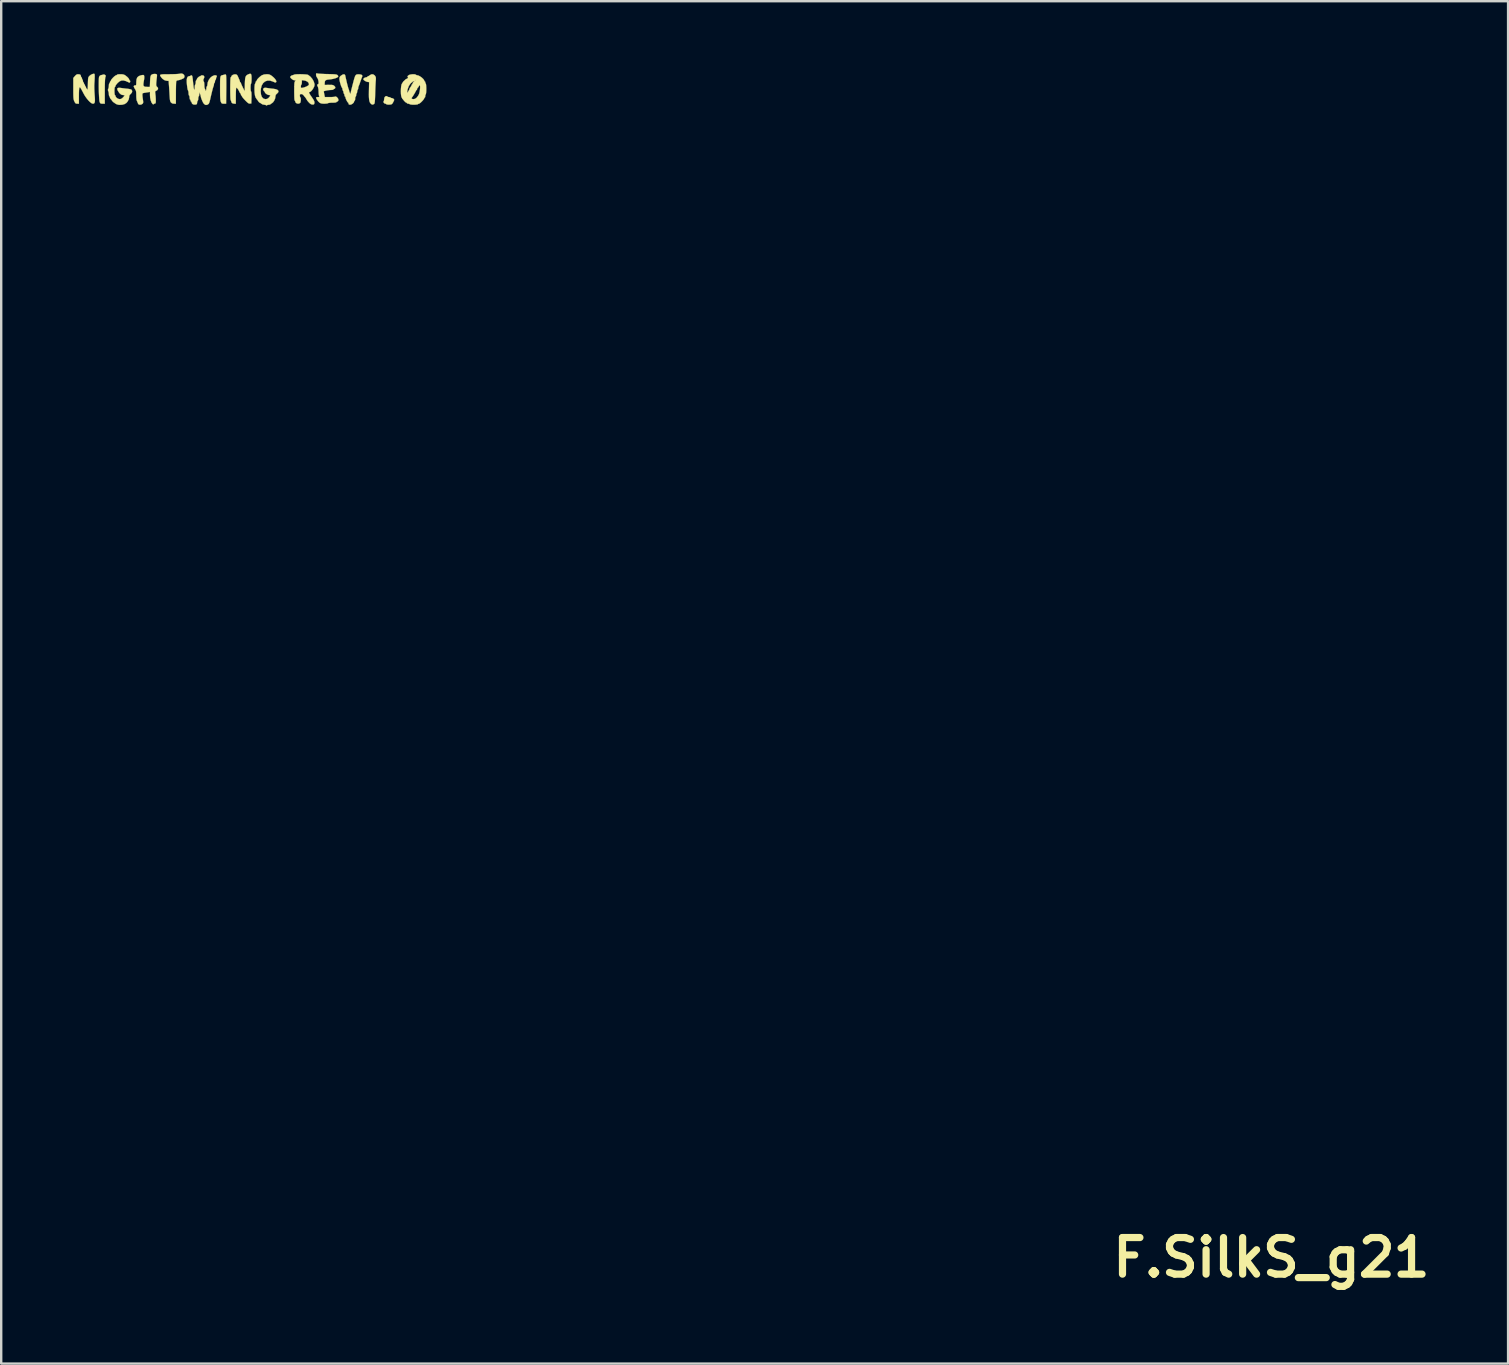
<source format=kicad_pcb>
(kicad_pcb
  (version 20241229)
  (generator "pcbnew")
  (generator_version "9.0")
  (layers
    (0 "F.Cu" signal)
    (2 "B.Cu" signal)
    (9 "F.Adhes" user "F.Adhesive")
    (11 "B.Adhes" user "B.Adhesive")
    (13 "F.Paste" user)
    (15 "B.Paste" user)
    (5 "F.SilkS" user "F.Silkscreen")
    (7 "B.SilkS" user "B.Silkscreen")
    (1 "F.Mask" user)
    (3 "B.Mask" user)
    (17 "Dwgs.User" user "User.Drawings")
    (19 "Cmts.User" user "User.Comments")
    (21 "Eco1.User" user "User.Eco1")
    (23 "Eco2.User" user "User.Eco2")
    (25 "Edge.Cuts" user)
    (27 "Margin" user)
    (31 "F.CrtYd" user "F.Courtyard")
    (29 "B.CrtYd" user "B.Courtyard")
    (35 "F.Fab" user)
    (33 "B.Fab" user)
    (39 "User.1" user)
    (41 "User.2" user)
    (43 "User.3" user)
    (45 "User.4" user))
  (footprint "F.SilkS_g21"
    (layer "F.Cu")
    (at 49.937 49.362)
    (property "Reference" "F.SilkS_g21" (at 0 0 0) (layer "F.SilkS") (effects (font (size 1.524 1.524) (thickness 0.3))))
    (attr through_hole)
    (fp_poly (pts (xy -48.642 -49.305) (xy -48.609 -49.289) (xy -48.582 -49.262) (xy -48.584 -49.229) (xy -48.594 -49.203) (xy -48.603 -49.165) (xy -48.61 -49.094) (xy -48.615 -48.988) (xy -48.619 -48.845) (xy -48.62 -48.662) (xy -48.62 -48.619) (xy -48.62 -48.091) (xy -48.713 -48.091) (xy -48.773 -48.094) (xy -48.806 -48.109) (xy -48.827 -48.145) (xy -48.833 -48.159) (xy -48.843 -48.204) (xy -48.851 -48.282) (xy -48.858 -48.386) (xy -48.864 -48.509) (xy -48.868 -48.642) (xy -48.871 -48.778) (xy -48.871 -48.909) (xy -48.87 -49.026) (xy -48.867 -49.122) (xy -48.861 -49.19) (xy -48.856 -49.215) (xy -48.817 -49.265) (xy -48.775 -49.281) (xy -48.719 -49.293) (xy -48.683 -49.305) (xy -48.642 -49.305)) (stroke (width 0.01) (type solid)) (fill yes) (layer "F.SilkS"))
    (fp_poly (pts (xy -43.572 -49.302) (xy -43.565 -49.276) (xy -43.56 -49.209) (xy -43.557 -49.104) (xy -43.556 -48.961) (xy -43.556 -48.784) (xy -43.557 -48.689) (xy -43.564 -48.091) (xy -43.658 -48.091) (xy -43.717 -48.094) (xy -43.751 -48.109) (xy -43.774 -48.147) (xy -43.783 -48.167) (xy -43.794 -48.202) (xy -43.802 -48.25) (xy -43.808 -48.318) (xy -43.812 -48.41) (xy -43.814 -48.533) (xy -43.815 -48.691) (xy -43.815 -48.736) (xy -43.815 -48.898) (xy -43.814 -49.023) (xy -43.811 -49.116) (xy -43.804 -49.181) (xy -43.794 -49.225) (xy -43.779 -49.252) (xy -43.758 -49.268) (xy -43.73 -49.277) (xy -43.709 -49.281) (xy -43.655 -49.295) (xy -43.624 -49.305) (xy -43.585 -49.308) (xy -43.572 -49.302)) (stroke (width 0.01) (type solid)) (fill yes) (layer "F.SilkS"))
    (fp_poly (pts (xy -36.849 -48.396) (xy -36.841 -48.387) (xy -36.811 -48.37) (xy -36.777 -48.366) (xy -36.733 -48.358) (xy -36.714 -48.345) (xy -36.684 -48.327) (xy -36.658 -48.324) (xy -36.609 -48.309) (xy -36.581 -48.289) (xy -36.563 -48.266) (xy -36.561 -48.239) (xy -36.578 -48.197) (xy -36.598 -48.157) (xy -36.631 -48.099) (xy -36.661 -48.07) (xy -36.703 -48.057) (xy -36.759 -48.053) (xy -36.824 -48.053) (xy -36.87 -48.061) (xy -36.882 -48.068) (xy -36.913 -48.088) (xy -36.932 -48.091) (xy -36.967 -48.104) (xy -36.995 -48.135) (xy -37.008 -48.168) (xy -36.999 -48.186) (xy -36.985 -48.214) (xy -36.978 -48.265) (xy -36.978 -48.273) (xy -36.965 -48.346) (xy -36.93 -48.393) (xy -36.886 -48.408) (xy -36.849 -48.396)) (stroke (width 0.01) (type solid)) (fill yes) (layer "F.SilkS"))
    (fp_poly (pts (xy -37.438 -49.314) (xy -37.375 -49.274) (xy -37.359 -49.254) (xy -37.333 -49.212) (xy -37.322 -49.167) (xy -37.322 -49.105) (xy -37.326 -49.058) (xy -37.331 -48.995) (xy -37.336 -48.898) (xy -37.342 -48.779) (xy -37.347 -48.645) (xy -37.351 -48.515) (xy -37.355 -48.37) (xy -37.36 -48.262) (xy -37.366 -48.184) (xy -37.373 -48.132) (xy -37.381 -48.1) (xy -37.393 -48.081) (xy -37.398 -48.077) (xy -37.452 -48.052) (xy -37.504 -48.066) (xy -37.543 -48.102) (xy -37.57 -48.141) (xy -37.59 -48.193) (xy -37.603 -48.264) (xy -37.611 -48.358) (xy -37.613 -48.483) (xy -37.611 -48.642) (xy -37.61 -48.668) (xy -37.603 -48.99) (xy -37.665 -48.997) (xy -37.722 -49.013) (xy -37.78 -49.043) (xy -37.826 -49.078) (xy -37.846 -49.109) (xy -37.846 -49.111) (xy -37.828 -49.145) (xy -37.784 -49.175) (xy -37.731 -49.19) (xy -37.724 -49.191) (xy -37.687 -49.199) (xy -37.677 -49.212) (xy -37.66 -49.232) (xy -37.649 -49.234) (xy -37.614 -49.247) (xy -37.576 -49.276) (xy -37.508 -49.314) (xy -37.438 -49.314)) (stroke (width 0.01) (type solid)) (fill yes) (layer "F.SilkS"))
    (fp_poly (pts (xy -45.362 -49.33) (xy -45.315 -49.289) (xy -45.297 -49.233) (xy -45.313 -49.173) (xy -45.344 -49.145) (xy -45.419 -49.11) (xy -45.5 -49.081) (xy -45.569 -49.066) (xy -45.585 -49.065) (xy -45.628 -49.046) (xy -45.643 -49.017) (xy -45.647 -48.982) (xy -45.65 -48.912) (xy -45.653 -48.813) (xy -45.655 -48.694) (xy -45.656 -48.561) (xy -45.656 -48.53) (xy -45.657 -48.091) (xy -45.737 -48.091) (xy -45.81 -48.102) (xy -45.862 -48.141) (xy -45.881 -48.17) (xy -45.896 -48.21) (xy -45.906 -48.269) (xy -45.913 -48.356) (xy -45.918 -48.432) (xy -45.925 -48.554) (xy -45.933 -48.684) (xy -45.941 -48.803) (xy -45.945 -48.858) (xy -45.958 -49.043) (xy -46.02 -49.043) (xy -46.116 -49.063) (xy -46.206 -49.121) (xy -46.259 -49.177) (xy -46.293 -49.225) (xy -46.313 -49.26) (xy -46.313 -49.285) (xy -46.29 -49.302) (xy -46.239 -49.312) (xy -46.157 -49.317) (xy -46.04 -49.318) (xy -45.933 -49.318) (xy -45.805 -49.32) (xy -45.688 -49.323) (xy -45.592 -49.328) (xy -45.524 -49.334) (xy -45.496 -49.34) (xy -45.427 -49.349) (xy -45.362 -49.33)) (stroke (width 0.01) (type solid)) (fill yes) (layer "F.SilkS"))
    (fp_poly (pts (xy -49.051 -49.333) (xy -49.049 -49.331) (xy -49.042 -49.301) (xy -49.04 -49.231) (xy -49.043 -49.126) (xy -49.051 -48.988) (xy -49.055 -48.927) (xy -49.058 -48.839) (xy -49.057 -48.723) (xy -49.052 -48.596) (xy -49.044 -48.47) (xy -49.044 -48.467) (xy -49.034 -48.331) (xy -49.031 -48.232) (xy -49.036 -48.164) (xy -49.05 -48.121) (xy -49.075 -48.098) (xy -49.111 -48.091) (xy -49.12 -48.091) (xy -49.169 -48.108) (xy -49.232 -48.155) (xy -49.303 -48.226) (xy -49.375 -48.313) (xy -49.443 -48.409) (xy -49.494 -48.497) (xy -49.552 -48.608) (xy -49.594 -48.686) (xy -49.623 -48.736) (xy -49.643 -48.763) (xy -49.658 -48.772) (xy -49.67 -48.767) (xy -49.675 -48.763) (xy -49.686 -48.729) (xy -49.694 -48.653) (xy -49.698 -48.535) (xy -49.699 -48.415) (xy -49.699 -48.091) (xy -49.771 -48.091) (xy -49.817 -48.095) (xy -49.847 -48.115) (xy -49.875 -48.16) (xy -49.888 -48.186) (xy -49.903 -48.221) (xy -49.914 -48.258) (xy -49.922 -48.303) (xy -49.927 -48.363) (xy -49.93 -48.444) (xy -49.932 -48.554) (xy -49.932 -48.698) (xy -49.932 -48.721) (xy -49.932 -49.161) (xy -49.867 -49.239) (xy -49.812 -49.295) (xy -49.76 -49.317) (xy -49.742 -49.318) (xy -49.667 -49.311) (xy -49.626 -49.285) (xy -49.615 -49.242) (xy -49.607 -49.203) (xy -49.593 -49.191) (xy -49.576 -49.174) (xy -49.572 -49.15) (xy -49.563 -49.11) (xy -49.551 -49.096) (xy -49.535 -49.067) (xy -49.53 -49.031) (xy -49.523 -48.992) (xy -49.509 -48.98) (xy -49.492 -48.962) (xy -49.488 -48.937) (xy -49.479 -48.903) (xy -49.467 -48.895) (xy -49.449 -48.877) (xy -49.445 -48.853) (xy -49.436 -48.818) (xy -49.424 -48.81) (xy -49.407 -48.793) (xy -49.403 -48.768) (xy -49.395 -48.734) (xy -49.384 -48.726) (xy -49.363 -48.708) (xy -49.348 -48.678) (xy -49.34 -48.676) (xy -49.333 -48.715) (xy -49.328 -48.793) (xy -49.324 -48.908) (xy -49.324 -48.91) (xy -49.321 -49.023) (xy -49.317 -49.103) (xy -49.311 -49.156) (xy -49.301 -49.192) (xy -49.285 -49.219) (xy -49.262 -49.245) (xy -49.254 -49.252) (xy -49.202 -49.293) (xy -49.142 -49.323) (xy -49.087 -49.338) (xy -49.051 -49.333)) (stroke (width 0.01) (type solid)) (fill yes) (layer "F.SilkS"))
    (fp_poly (pts (xy -38.608 -49.289) (xy -38.598 -49.26) (xy -38.58 -49.175) (xy -38.558 -49.077) (xy -38.534 -48.974) (xy -38.51 -48.876) (xy -38.487 -48.791) (xy -38.469 -48.728) (xy -38.457 -48.696) (xy -38.456 -48.695) (xy -38.441 -48.657) (xy -38.439 -48.639) (xy -38.429 -48.595) (xy -38.409 -48.547) (xy -38.38 -48.491) (xy -38.37 -48.55) (xy -38.359 -48.602) (xy -38.339 -48.688) (xy -38.31 -48.801) (xy -38.276 -48.934) (xy -38.245 -49.054) (xy -38.214 -49.163) (xy -38.187 -49.238) (xy -38.159 -49.284) (xy -38.123 -49.307) (xy -38.075 -49.315) (xy -38.017 -49.314) (xy -37.937 -49.303) (xy -37.895 -49.278) (xy -37.887 -49.235) (xy -37.906 -49.183) (xy -37.924 -49.14) (xy -37.948 -49.072) (xy -37.973 -49.001) (xy -37.998 -48.925) (xy -38.022 -48.862) (xy -38.038 -48.826) (xy -38.054 -48.776) (xy -38.058 -48.738) (xy -38.065 -48.693) (xy -38.079 -48.673) (xy -38.094 -48.644) (xy -38.1 -48.599) (xy -38.107 -48.55) (xy -38.121 -48.525) (xy -38.136 -48.496) (xy -38.142 -48.449) (xy -38.149 -48.405) (xy -38.163 -48.387) (xy -38.177 -48.368) (xy -38.184 -48.321) (xy -38.185 -48.302) (xy -38.189 -48.249) (xy -38.201 -48.22) (xy -38.206 -48.218) (xy -38.224 -48.2) (xy -38.227 -48.185) (xy -38.245 -48.137) (xy -38.291 -48.091) (xy -38.349 -48.058) (xy -38.395 -48.048) (xy -38.442 -48.055) (xy -38.459 -48.079) (xy -38.46 -48.091) (xy -38.467 -48.125) (xy -38.477 -48.133) (xy -38.498 -48.151) (xy -38.526 -48.194) (xy -38.555 -48.251) (xy -38.578 -48.306) (xy -38.587 -48.347) (xy -38.596 -48.38) (xy -38.608 -48.387) (xy -38.624 -48.405) (xy -38.629 -48.439) (xy -38.637 -48.483) (xy -38.65 -48.503) (xy -38.667 -48.533) (xy -38.672 -48.567) (xy -38.679 -48.611) (xy -38.693 -48.63) (xy -38.709 -48.66) (xy -38.714 -48.693) (xy -38.72 -48.735) (xy -38.73 -48.75) (xy -38.748 -48.776) (xy -38.771 -48.831) (xy -38.795 -48.904) (xy -38.817 -48.984) (xy -38.833 -49.059) (xy -38.841 -49.118) (xy -38.841 -49.124) (xy -38.835 -49.186) (xy -38.81 -49.23) (xy -38.77 -49.264) (xy -38.697 -49.308) (xy -38.643 -49.317) (xy -38.608 -49.289)) (stroke (width 0.01) (type solid)) (fill yes) (layer "F.SilkS"))
    (fp_poly (pts (xy -42.538 -49.334) (xy -42.517 -49.305) (xy -42.506 -49.245) (xy -42.503 -49.149) (xy -42.503 -49.13) (xy -42.505 -49.044) (xy -42.511 -48.975) (xy -42.519 -48.934) (xy -42.524 -48.927) (xy -42.535 -48.901) (xy -42.542 -48.848) (xy -42.545 -48.779) (xy -42.544 -48.708) (xy -42.539 -48.647) (xy -42.531 -48.607) (xy -42.523 -48.599) (xy -42.513 -48.578) (xy -42.508 -48.517) (xy -42.506 -48.418) (xy -42.507 -48.35) (xy -42.513 -48.101) (xy -42.572 -48.095) (xy -42.605 -48.096) (xy -42.642 -48.114) (xy -42.689 -48.152) (xy -42.754 -48.216) (xy -42.767 -48.229) (xy -42.828 -48.294) (xy -42.874 -48.35) (xy -42.901 -48.389) (xy -42.905 -48.4) (xy -42.917 -48.427) (xy -42.926 -48.429) (xy -42.943 -48.447) (xy -42.947 -48.472) (xy -42.954 -48.506) (xy -42.963 -48.514) (xy -42.981 -48.531) (xy -43.005 -48.574) (xy -43.009 -48.583) (xy -43.045 -48.656) (xy -43.084 -48.715) (xy -43.118 -48.751) (xy -43.139 -48.756) (xy -43.146 -48.732) (xy -43.152 -48.673) (xy -43.156 -48.587) (xy -43.158 -48.481) (xy -43.159 -48.418) (xy -43.159 -48.091) (xy -43.228 -48.091) (xy -43.284 -48.101) (xy -43.323 -48.122) (xy -43.323 -48.122) (xy -43.346 -48.164) (xy -43.349 -48.184) (xy -43.362 -48.22) (xy -43.37 -48.228) (xy -43.378 -48.254) (xy -43.384 -48.318) (xy -43.388 -48.418) (xy -43.391 -48.551) (xy -43.392 -48.712) (xy -43.392 -48.716) (xy -43.391 -48.884) (xy -43.388 -49.017) (xy -43.384 -49.114) (xy -43.378 -49.173) (xy -43.37 -49.191) (xy -43.35 -49.208) (xy -43.349 -49.215) (xy -43.331 -49.257) (xy -43.283 -49.292) (xy -43.222 -49.312) (xy -43.183 -49.314) (xy -43.139 -49.307) (xy -43.11 -49.29) (xy -43.085 -49.253) (xy -43.055 -49.186) (xy -43.053 -49.181) (xy -43.028 -49.124) (xy -43.008 -49.08) (xy -42.992 -49.033) (xy -42.989 -49.012) (xy -42.978 -48.983) (xy -42.968 -48.98) (xy -42.949 -48.963) (xy -42.947 -48.953) (xy -42.938 -48.923) (xy -42.914 -48.866) (xy -42.88 -48.793) (xy -42.868 -48.768) (xy -42.788 -48.609) (xy -42.783 -48.901) (xy -42.778 -49.034) (xy -42.77 -49.132) (xy -42.755 -49.202) (xy -42.731 -49.25) (xy -42.695 -49.285) (xy -42.644 -49.312) (xy -42.628 -49.319) (xy -42.574 -49.337) (xy -42.538 -49.334)) (stroke (width 0.01) (type solid)) (fill yes) (layer "F.SilkS"))
    (fp_poly (pts (xy -41.798 -49.315) (xy -41.743 -49.3) (xy -41.687 -49.268) (xy -41.647 -49.239) (xy -41.584 -49.185) (xy -41.53 -49.129) (xy -41.506 -49.096) (xy -41.478 -49.047) (xy -41.469 -49.019) (xy -41.475 -48.997) (xy -41.483 -48.985) (xy -41.503 -48.974) (xy -41.542 -48.982) (xy -41.608 -49.011) (xy -41.614 -49.014) (xy -41.734 -49.053) (xy -41.844 -49.053) (xy -41.941 -49.017) (xy -42.021 -48.948) (xy -42.08 -48.848) (xy -42.114 -48.721) (xy -42.122 -48.615) (xy -42.111 -48.479) (xy -42.077 -48.378) (xy -42.022 -48.312) (xy -41.946 -48.283) (xy -41.919 -48.281) (xy -41.855 -48.29) (xy -41.804 -48.323) (xy -41.78 -48.348) (xy -41.736 -48.402) (xy -41.723 -48.434) (xy -41.742 -48.448) (xy -41.778 -48.451) (xy -41.828 -48.463) (xy -41.884 -48.494) (xy -41.93 -48.533) (xy -41.952 -48.57) (xy -41.952 -48.575) (xy -41.963 -48.598) (xy -41.968 -48.599) (xy -41.988 -48.616) (xy -42.008 -48.651) (xy -42.021 -48.695) (xy -42.005 -48.726) (xy -41.997 -48.733) (xy -41.966 -48.75) (xy -41.919 -48.753) (xy -41.846 -48.744) (xy -41.758 -48.731) (xy -41.656 -48.718) (xy -41.593 -48.712) (xy -41.488 -48.694) (xy -41.418 -48.663) (xy -41.383 -48.623) (xy -41.386 -48.575) (xy -41.429 -48.523) (xy -41.444 -48.511) (xy -41.49 -48.465) (xy -41.507 -48.411) (xy -41.508 -48.388) (xy -41.521 -48.308) (xy -41.556 -48.225) (xy -41.604 -48.153) (xy -41.657 -48.108) (xy -41.661 -48.106) (xy -41.702 -48.083) (xy -41.719 -48.064) (xy -41.738 -48.053) (xy -41.779 -48.048) (xy -41.831 -48.041) (xy -41.861 -48.025) (xy -41.887 -48.014) (xy -41.898 -48.025) (xy -41.927 -48.041) (xy -41.979 -48.048) (xy -41.981 -48.048) (xy -42.05 -48.063) (xy -42.096 -48.091) (xy -42.135 -48.121) (xy -42.163 -48.133) (xy -42.188 -48.149) (xy -42.22 -48.188) (xy -42.221 -48.191) (xy -42.256 -48.242) (xy -42.286 -48.278) (xy -42.33 -48.342) (xy -42.36 -48.43) (xy -42.376 -48.547) (xy -42.381 -48.68) (xy -42.379 -48.788) (xy -42.372 -48.868) (xy -42.362 -48.915) (xy -42.357 -48.922) (xy -42.336 -48.963) (xy -42.333 -48.984) (xy -42.324 -49.016) (xy -42.312 -49.022) (xy -42.293 -49.039) (xy -42.291 -49.05) (xy -42.275 -49.087) (xy -42.235 -49.138) (xy -42.178 -49.194) (xy -42.116 -49.245) (xy -42.072 -49.274) (xy -41.98 -49.308) (xy -41.872 -49.318) (xy -41.798 -49.315)) (stroke (width 0.01) (type solid)) (fill yes) (layer "F.SilkS"))
    (fp_poly (pts (xy -46.491 -49.327) (xy -46.459 -49.316) (xy -46.445 -49.296) (xy -46.444 -49.256) (xy -46.449 -49.204) (xy -46.465 -49.069) (xy -46.474 -48.97) (xy -46.478 -48.899) (xy -46.475 -48.852) (xy -46.465 -48.822) (xy -46.449 -48.802) (xy -46.442 -48.797) (xy -46.402 -48.749) (xy -46.401 -48.698) (xy -46.436 -48.653) (xy -46.463 -48.637) (xy -46.5 -48.62) (xy -46.518 -48.599) (xy -46.52 -48.563) (xy -46.512 -48.498) (xy -46.512 -48.493) (xy -46.502 -48.404) (xy -46.496 -48.302) (xy -46.494 -48.239) (xy -46.494 -48.164) (xy -46.5 -48.122) (xy -46.513 -48.102) (xy -46.538 -48.095) (xy -46.54 -48.094) (xy -46.577 -48.081) (xy -46.588 -48.065) (xy -46.601 -48.06) (xy -46.629 -48.079) (xy -46.673 -48.141) (xy -46.708 -48.234) (xy -46.73 -48.346) (xy -46.736 -48.446) (xy -46.736 -48.582) (xy -46.815 -48.568) (xy -46.895 -48.555) (xy -46.974 -48.543) (xy -46.974 -48.543) (xy -47.026 -48.531) (xy -47.049 -48.51) (xy -47.053 -48.467) (xy -47.053 -48.464) (xy -47.05 -48.407) (xy -47.041 -48.328) (xy -47.031 -48.263) (xy -47.021 -48.186) (xy -47.02 -48.138) (xy -47.031 -48.107) (xy -47.045 -48.088) (xy -47.096 -48.057) (xy -47.149 -48.048) (xy -47.2 -48.055) (xy -47.229 -48.084) (xy -47.243 -48.117) (xy -47.267 -48.176) (xy -47.288 -48.222) (xy -47.288 -48.223) (xy -47.297 -48.26) (xy -47.304 -48.327) (xy -47.307 -48.412) (xy -47.307 -48.441) (xy -47.309 -48.534) (xy -47.315 -48.598) (xy -47.329 -48.646) (xy -47.353 -48.689) (xy -47.36 -48.7) (xy -47.393 -48.756) (xy -47.412 -48.804) (xy -47.413 -48.815) (xy -47.398 -48.845) (xy -47.36 -48.853) (xy -47.332 -48.855) (xy -47.316 -48.868) (xy -47.309 -48.902) (xy -47.307 -48.965) (xy -47.307 -48.996) (xy -47.297 -49.106) (xy -47.265 -49.186) (xy -47.204 -49.239) (xy -47.111 -49.274) (xy -47.059 -49.284) (xy -47.011 -49.288) (xy -46.987 -49.272) (xy -46.977 -49.242) (xy -46.974 -49.192) (xy -46.979 -49.119) (xy -46.987 -49.07) (xy -47.001 -48.99) (xy -47.01 -48.916) (xy -47.011 -48.883) (xy -47.004 -48.837) (xy -46.978 -48.809) (xy -46.926 -48.794) (xy -46.84 -48.79) (xy -46.828 -48.789) (xy -46.741 -48.789) (xy -46.733 -49.018) (xy -46.727 -49.133) (xy -46.717 -49.213) (xy -46.7 -49.265) (xy -46.672 -49.298) (xy -46.631 -49.318) (xy -46.603 -49.326) (xy -46.538 -49.332) (xy -46.491 -49.327)) (stroke (width 0.01) (type solid)) (fill yes) (layer "F.SilkS"))
    (fp_poly (pts (xy -39.76 -49.35) (xy -39.756 -49.349) (xy -39.716 -49.343) (xy -39.643 -49.337) (xy -39.543 -49.332) (xy -39.425 -49.327) (xy -39.325 -49.325) (xy -39.189 -49.321) (xy -39.089 -49.318) (xy -39.019 -49.313) (xy -38.972 -49.306) (xy -38.942 -49.296) (xy -38.922 -49.283) (xy -38.914 -49.275) (xy -38.89 -49.239) (xy -38.899 -49.209) (xy -38.903 -49.204) (xy -38.944 -49.176) (xy -39.017 -49.148) (xy -39.108 -49.124) (xy -39.208 -49.107) (xy -39.268 -49.101) (xy -39.36 -49.089) (xy -39.417 -49.065) (xy -39.446 -49.023) (xy -39.455 -48.957) (xy -39.455 -48.955) (xy -39.455 -48.871) (xy -39.286 -48.876) (xy -39.193 -48.876) (xy -39.131 -48.87) (xy -39.088 -48.856) (xy -39.063 -48.84) (xy -39.022 -48.795) (xy -39.012 -48.751) (xy -39.034 -48.718) (xy -39.053 -48.711) (xy -39.087 -48.694) (xy -39.095 -48.681) (xy -39.114 -48.67) (xy -39.163 -48.664) (xy -39.204 -48.662) (xy -39.273 -48.658) (xy -39.354 -48.646) (xy -39.429 -48.63) (xy -39.482 -48.614) (xy -39.492 -48.609) (xy -39.491 -48.588) (xy -39.483 -48.538) (xy -39.473 -48.486) (xy -39.449 -48.366) (xy -39.244 -48.366) (xy -39.154 -48.368) (xy -39.08 -48.373) (xy -39.031 -48.381) (xy -39.019 -48.386) (xy -38.988 -48.389) (xy -38.941 -48.358) (xy -38.899 -48.306) (xy -38.882 -48.251) (xy -38.892 -48.206) (xy -38.925 -48.181) (xy -38.96 -48.165) (xy -38.968 -48.152) (xy -38.987 -48.143) (xy -39.039 -48.136) (xy -39.113 -48.133) (xy -39.136 -48.133) (xy -39.216 -48.131) (xy -39.28 -48.124) (xy -39.314 -48.114) (xy -39.317 -48.112) (xy -39.343 -48.101) (xy -39.4 -48.094) (xy -39.472 -48.091) (xy -39.556 -48.094) (xy -39.612 -48.105) (xy -39.658 -48.127) (xy -39.681 -48.144) (xy -39.731 -48.194) (xy -39.776 -48.256) (xy -39.807 -48.316) (xy -39.815 -48.348) (xy -39.796 -48.36) (xy -39.75 -48.366) (xy -39.74 -48.366) (xy -39.691 -48.368) (xy -39.677 -48.38) (xy -39.687 -48.407) (xy -39.698 -48.448) (xy -39.706 -48.517) (xy -39.709 -48.592) (xy -39.714 -48.689) (xy -39.729 -48.767) (xy -39.741 -48.797) (xy -39.767 -48.855) (xy -39.768 -48.885) (xy -39.744 -48.895) (xy -39.738 -48.895) (xy -39.716 -48.913) (xy -39.708 -48.959) (xy -39.712 -49.02) (xy -39.726 -49.086) (xy -39.749 -49.144) (xy -39.768 -49.171) (xy -39.807 -49.241) (xy -39.815 -49.293) (xy -39.812 -49.341) (xy -39.797 -49.357) (xy -39.76 -49.35)) (stroke (width 0.01) (type solid)) (fill yes) (layer "F.SilkS"))
    (fp_poly (pts (xy -40.361 -49.316) (xy -40.27 -49.311) (xy -40.197 -49.304) (xy -40.152 -49.294) (xy -40.148 -49.292) (xy -40.056 -49.223) (xy -39.976 -49.131) (xy -39.916 -49.026) (xy -39.882 -48.922) (xy -39.878 -48.875) (xy -39.89 -48.815) (xy -39.923 -48.744) (xy -39.967 -48.675) (xy -40.017 -48.617) (xy -40.063 -48.583) (xy -40.083 -48.578) (xy -40.104 -48.571) (xy -40.107 -48.549) (xy -40.088 -48.507) (xy -40.046 -48.439) (xy -39.993 -48.362) (xy -39.935 -48.276) (xy -39.9 -48.213) (xy -39.884 -48.166) (xy -39.882 -48.127) (xy -39.893 -48.078) (xy -39.922 -48.057) (xy -39.941 -48.054) (xy -40.001 -48.061) (xy -40.036 -48.076) (xy -40.076 -48.105) (xy -40.123 -48.152) (xy -40.171 -48.208) (xy -40.195 -48.243) (xy -40.217 -48.282) (xy -40.249 -48.333) (xy -40.274 -48.363) (xy -40.309 -48.404) (xy -40.337 -48.443) (xy -40.387 -48.485) (xy -40.431 -48.493) (xy -40.474 -48.487) (xy -40.49 -48.461) (xy -40.492 -48.431) (xy -40.485 -48.382) (xy -40.471 -48.355) (xy -40.455 -48.325) (xy -40.45 -48.27) (xy -40.453 -48.206) (xy -40.464 -48.15) (xy -40.48 -48.121) (xy -40.53 -48.094) (xy -40.59 -48.094) (xy -40.643 -48.116) (xy -40.677 -48.157) (xy -40.682 -48.184) (xy -40.693 -48.214) (xy -40.703 -48.218) (xy -40.712 -48.238) (xy -40.718 -48.299) (xy -40.722 -48.395) (xy -40.724 -48.526) (xy -40.725 -48.602) (xy -40.724 -48.742) (xy -40.723 -48.806) (xy -40.45 -48.806) (xy -40.447 -48.764) (xy -40.43 -48.748) (xy -40.386 -48.752) (xy -40.374 -48.754) (xy -40.307 -48.771) (xy -40.23 -48.8) (xy -40.204 -48.811) (xy -40.142 -48.847) (xy -40.114 -48.882) (xy -40.111 -48.904) (xy -40.13 -48.963) (xy -40.183 -49.014) (xy -40.26 -49.049) (xy -40.311 -49.059) (xy -40.407 -49.07) (xy -40.407 -48.984) (xy -40.412 -48.926) (xy -40.424 -48.889) (xy -40.428 -48.884) (xy -40.443 -48.856) (xy -40.45 -48.806) (xy -40.723 -48.806) (xy -40.722 -48.846) (xy -40.719 -48.92) (xy -40.713 -48.97) (xy -40.704 -49.003) (xy -40.692 -49.023) (xy -40.69 -49.026) (xy -40.668 -49.054) (xy -40.679 -49.063) (xy -40.71 -49.064) (xy -40.764 -49.079) (xy -40.825 -49.117) (xy -40.835 -49.127) (xy -40.878 -49.169) (xy -40.891 -49.2) (xy -40.881 -49.227) (xy -40.843 -49.26) (xy -40.807 -49.273) (xy -40.759 -49.286) (xy -40.736 -49.299) (xy -40.705 -49.308) (xy -40.642 -49.315) (xy -40.557 -49.318) (xy -40.46 -49.319) (xy -40.361 -49.316)) (stroke (width 0.01) (type solid)) (fill yes) (layer "F.SilkS"))
    (fp_poly (pts (xy -47.884 -49.315) (xy -47.822 -49.301) (xy -47.771 -49.275) (xy -47.766 -49.271) (xy -47.683 -49.206) (xy -47.627 -49.147) (xy -47.604 -49.102) (xy -47.604 -49.097) (xy -47.593 -49.068) (xy -47.583 -49.064) (xy -47.566 -49.047) (xy -47.562 -49.011) (xy -47.571 -48.978) (xy -47.574 -48.974) (xy -47.601 -48.971) (xy -47.622 -48.979) (xy -47.745 -49.035) (xy -47.846 -49.06) (xy -47.933 -49.054) (xy -48.012 -49.016) (xy -48.083 -48.955) (xy -48.132 -48.9) (xy -48.165 -48.852) (xy -48.174 -48.826) (xy -48.185 -48.795) (xy -48.197 -48.789) (xy -48.207 -48.769) (xy -48.214 -48.715) (xy -48.218 -48.635) (xy -48.218 -48.62) (xy -48.215 -48.536) (xy -48.208 -48.477) (xy -48.198 -48.451) (xy -48.197 -48.45) (xy -48.178 -48.433) (xy -48.175 -48.418) (xy -48.157 -48.368) (xy -48.11 -48.322) (xy -48.049 -48.29) (xy -48 -48.281) (xy -47.945 -48.289) (xy -47.894 -48.319) (xy -47.837 -48.376) (xy -47.821 -48.396) (xy -47.798 -48.43) (xy -47.807 -48.446) (xy -47.852 -48.45) (xy -47.864 -48.45) (xy -47.94 -48.471) (xy -48.011 -48.532) (xy -48.076 -48.631) (xy -48.08 -48.638) (xy -48.101 -48.697) (xy -48.094 -48.734) (xy -48.053 -48.751) (xy -47.977 -48.75) (xy -47.932 -48.744) (xy -47.836 -48.731) (xy -47.729 -48.718) (xy -47.668 -48.712) (xy -47.593 -48.701) (xy -47.533 -48.686) (xy -47.504 -48.672) (xy -47.478 -48.619) (xy -47.488 -48.559) (xy -47.533 -48.502) (xy -47.541 -48.496) (xy -47.585 -48.451) (xy -47.602 -48.398) (xy -47.604 -48.361) (xy -47.622 -48.269) (xy -47.673 -48.176) (xy -47.72 -48.122) (xy -47.795 -48.075) (xy -47.895 -48.047) (xy -48.008 -48.042) (xy -48.053 -48.047) (xy -48.117 -48.063) (xy -48.167 -48.088) (xy -48.171 -48.091) (xy -48.221 -48.127) (xy -48.25 -48.145) (xy -48.293 -48.183) (xy -48.312 -48.208) (xy -48.346 -48.257) (xy -48.371 -48.283) (xy -48.4 -48.324) (xy -48.408 -48.351) (xy -48.42 -48.388) (xy -48.429 -48.398) (xy -48.443 -48.425) (xy -48.45 -48.478) (xy -48.45 -48.494) (xy -48.457 -48.56) (xy -48.473 -48.614) (xy -48.477 -48.62) (xy -48.492 -48.663) (xy -48.477 -48.704) (xy -48.46 -48.751) (xy -48.451 -48.818) (xy -48.45 -48.842) (xy -48.446 -48.899) (xy -48.436 -48.933) (xy -48.429 -48.937) (xy -48.412 -48.955) (xy -48.408 -48.98) (xy -48.399 -49.014) (xy -48.387 -49.022) (xy -48.368 -49.039) (xy -48.366 -49.054) (xy -48.351 -49.088) (xy -48.313 -49.136) (xy -48.262 -49.19) (xy -48.209 -49.238) (xy -48.164 -49.269) (xy -48.144 -49.276) (xy -48.116 -49.287) (xy -48.112 -49.297) (xy -48.092 -49.308) (xy -48.041 -49.316) (xy -47.972 -49.318) (xy -47.884 -49.315)) (stroke (width 0.01) (type solid)) (fill yes) (layer "F.SilkS"))
    (fp_poly (pts (xy -35.689 -49.313) (xy -35.656 -49.298) (xy -35.655 -49.297) (xy -35.625 -49.279) (xy -35.602 -49.276) (xy -35.547 -49.263) (xy -35.48 -49.228) (xy -35.411 -49.18) (xy -35.353 -49.126) (xy -35.315 -49.077) (xy -35.306 -49.048) (xy -35.293 -49.024) (xy -35.285 -49.022) (xy -35.267 -49.004) (xy -35.264 -48.981) (xy -35.254 -48.94) (xy -35.242 -48.927) (xy -35.233 -48.901) (xy -35.226 -48.842) (xy -35.222 -48.76) (xy -35.221 -48.705) (xy -35.223 -48.613) (xy -35.229 -48.539) (xy -35.237 -48.493) (xy -35.242 -48.482) (xy -35.258 -48.454) (xy -35.264 -48.407) (xy -35.27 -48.363) (xy -35.285 -48.345) (xy -35.304 -48.328) (xy -35.306 -48.316) (xy -35.321 -48.284) (xy -35.358 -48.235) (xy -35.408 -48.181) (xy -35.459 -48.133) (xy -35.503 -48.099) (xy -35.525 -48.091) (xy -35.562 -48.079) (xy -35.571 -48.069) (xy -35.597 -48.059) (xy -35.654 -48.052) (xy -35.729 -48.048) (xy -35.74 -48.048) (xy -35.817 -48.051) (xy -35.877 -48.058) (xy -35.908 -48.068) (xy -35.909 -48.069) (xy -35.938 -48.086) (xy -35.974 -48.091) (xy -36.013 -48.098) (xy -36.026 -48.112) (xy -36.043 -48.131) (xy -36.055 -48.133) (xy -36.084 -48.149) (xy -36.128 -48.191) (xy -36.177 -48.248) (xy -36.223 -48.311) (xy -36.228 -48.319) (xy -35.836 -48.319) (xy -35.82 -48.292) (xy -35.767 -48.281) (xy -35.759 -48.281) (xy -35.695 -48.291) (xy -35.639 -48.327) (xy -35.616 -48.35) (xy -35.566 -48.413) (xy -35.527 -48.483) (xy -35.521 -48.499) (xy -35.501 -48.575) (xy -35.486 -48.664) (xy -35.478 -48.749) (xy -35.479 -48.818) (xy -35.484 -48.846) (xy -35.497 -48.865) (xy -35.512 -48.853) (xy -35.532 -48.815) (xy -35.559 -48.77) (xy -35.581 -48.747) (xy -35.584 -48.747) (xy -35.599 -48.729) (xy -35.602 -48.705) (xy -35.611 -48.67) (xy -35.623 -48.662) (xy -35.644 -48.648) (xy -35.645 -48.644) (xy -35.655 -48.617) (xy -35.682 -48.567) (xy -35.718 -48.504) (xy -35.757 -48.44) (xy -35.791 -48.387) (xy -35.814 -48.357) (xy -35.836 -48.319) (xy -36.228 -48.319) (xy -36.251 -48.359) (xy -36.267 -48.414) (xy -36.277 -48.498) (xy -36.278 -48.53) (xy -36.022 -48.53) (xy -35.971 -48.606) (xy -35.939 -48.659) (xy -35.921 -48.701) (xy -35.92 -48.71) (xy -35.906 -48.745) (xy -35.877 -48.784) (xy -35.846 -48.828) (xy -35.835 -48.862) (xy -35.824 -48.891) (xy -35.814 -48.895) (xy -35.796 -48.912) (xy -35.793 -48.93) (xy -35.778 -48.968) (xy -35.747 -49.004) (xy -35.718 -49.034) (xy -35.722 -49.042) (xy -35.759 -49.026) (xy -35.776 -49.017) (xy -35.873 -48.938) (xy -35.949 -48.828) (xy -35.998 -48.696) (xy -36.011 -48.623) (xy -36.022 -48.53) (xy -36.278 -48.53) (xy -36.28 -48.6) (xy -36.278 -48.705) (xy -36.269 -48.803) (xy -36.255 -48.88) (xy -36.247 -48.904) (xy -36.181 -49.011) (xy -36.112 -49.075) (xy -35.687 -49.075) (xy -35.676 -49.064) (xy -35.666 -49.075) (xy -35.676 -49.086) (xy -35.687 -49.075) (xy -36.112 -49.075) (xy -36.087 -49.098) (xy -36.029 -49.132) (xy -35.987 -49.157) (xy -35.978 -49.176) (xy -35.981 -49.179) (xy -36.004 -49.211) (xy -35.99 -49.25) (xy -35.942 -49.286) (xy -35.888 -49.304) (xy -35.819 -49.315) (xy -35.747 -49.318) (xy -35.689 -49.313)) (stroke (width 0.01) (type solid)) (fill yes) (layer "F.SilkS"))
    (fp_poly (pts (xy -43.969 -49.265) (xy -43.947 -49.24) (xy -43.961 -49.207) (xy -43.961 -49.206) (xy -43.98 -49.168) (xy -43.984 -49.134) (xy -43.992 -49.096) (xy -44.005 -49.086) (xy -44.02 -49.067) (xy -44.027 -49.023) (xy -44.027 -49.022) (xy -44.033 -48.977) (xy -44.048 -48.959) (xy -44.048 -48.959) (xy -44.064 -48.94) (xy -44.069 -48.905) (xy -44.077 -48.848) (xy -44.089 -48.815) (xy -44.103 -48.777) (xy -44.125 -48.702) (xy -44.152 -48.595) (xy -44.185 -48.46) (xy -44.222 -48.301) (xy -44.238 -48.228) (xy -44.257 -48.16) (xy -44.278 -48.105) (xy -44.287 -48.088) (xy -44.337 -48.05) (xy -44.399 -48.037) (xy -44.429 -48.043) (xy -44.467 -48.068) (xy -44.497 -48.097) (xy -44.526 -48.142) (xy -44.559 -48.212) (xy -44.59 -48.29) (xy -44.613 -48.361) (xy -44.62 -48.404) (xy -44.63 -48.448) (xy -44.65 -48.503) (xy -44.679 -48.567) (xy -44.681 -48.489) (xy -44.687 -48.434) (xy -44.701 -48.4) (xy -44.704 -48.398) (xy -44.718 -48.37) (xy -44.725 -48.317) (xy -44.725 -48.301) (xy -44.73 -48.249) (xy -44.741 -48.22) (xy -44.745 -48.218) (xy -44.759 -48.199) (xy -44.77 -48.153) (xy -44.772 -48.138) (xy -44.779 -48.086) (xy -44.8 -48.062) (xy -44.846 -48.053) (xy -44.858 -48.052) (xy -44.932 -48.059) (xy -44.982 -48.091) (xy -45 -48.142) (xy -45.011 -48.171) (xy -45.022 -48.175) (xy -45.039 -48.193) (xy -45.043 -48.218) (xy -45.052 -48.252) (xy -45.064 -48.26) (xy -45.077 -48.279) (xy -45.084 -48.326) (xy -45.085 -48.345) (xy -45.09 -48.398) (xy -45.101 -48.427) (xy -45.106 -48.429) (xy -45.119 -48.448) (xy -45.127 -48.496) (xy -45.127 -48.52) (xy -45.131 -48.581) (xy -45.142 -48.624) (xy -45.146 -48.631) (xy -45.163 -48.671) (xy -45.179 -48.75) (xy -45.194 -48.868) (xy -45.204 -48.986) (xy -45.204 -49.094) (xy -45.187 -49.174) (xy -45.153 -49.222) (xy -45.116 -49.234) (xy -45.073 -49.244) (xy -45.043 -49.259) (xy -45.01 -49.274) (xy -44.987 -49.264) (xy -44.971 -49.226) (xy -44.959 -49.152) (xy -44.954 -49.111) (xy -44.944 -49.008) (xy -44.932 -48.894) (xy -44.924 -48.826) (xy -44.913 -48.742) (xy -44.9 -48.69) (xy -44.888 -48.672) (xy -44.878 -48.691) (xy -44.873 -48.748) (xy -44.873 -48.766) (xy -44.869 -48.829) (xy -44.859 -48.873) (xy -44.852 -48.884) (xy -44.839 -48.912) (xy -44.831 -48.965) (xy -44.831 -48.981) (xy -44.826 -49.033) (xy -44.814 -49.062) (xy -44.81 -49.064) (xy -44.791 -49.082) (xy -44.789 -49.097) (xy -44.773 -49.137) (xy -44.734 -49.183) (xy -44.688 -49.22) (xy -44.652 -49.234) (xy -44.623 -49.245) (xy -44.619 -49.256) (xy -44.601 -49.27) (xy -44.555 -49.272) (xy -44.551 -49.272) (xy -44.5 -49.26) (xy -44.478 -49.23) (xy -44.475 -49.215) (xy -44.478 -49.167) (xy -44.491 -49.142) (xy -44.509 -49.103) (xy -44.512 -49.054) (xy -44.498 -49.016) (xy -44.492 -49.011) (xy -44.481 -48.985) (xy -44.474 -48.929) (xy -44.471 -48.863) (xy -44.468 -48.791) (xy -44.46 -48.738) (xy -44.45 -48.715) (xy -44.432 -48.685) (xy -44.429 -48.66) (xy -44.42 -48.631) (xy -44.408 -48.63) (xy -44.394 -48.658) (xy -44.387 -48.711) (xy -44.386 -48.727) (xy -44.382 -48.779) (xy -44.37 -48.808) (xy -44.365 -48.81) (xy -44.351 -48.829) (xy -44.344 -48.874) (xy -44.344 -48.878) (xy -44.328 -48.984) (xy -44.284 -49.085) (xy -44.22 -49.172) (xy -44.141 -49.237) (xy -44.055 -49.272) (xy -44.019 -49.276) (xy -43.969 -49.265)) (stroke (width 0.01) (type solid)) (fill yes) (layer "F.SilkS")))
  (gr_rect
    (start -3 -3)
    (end 59.802 53.78)
    (stroke (width 0.1) (type default))
    (fill no)
    (layer "Edge.Cuts")))
</source>
